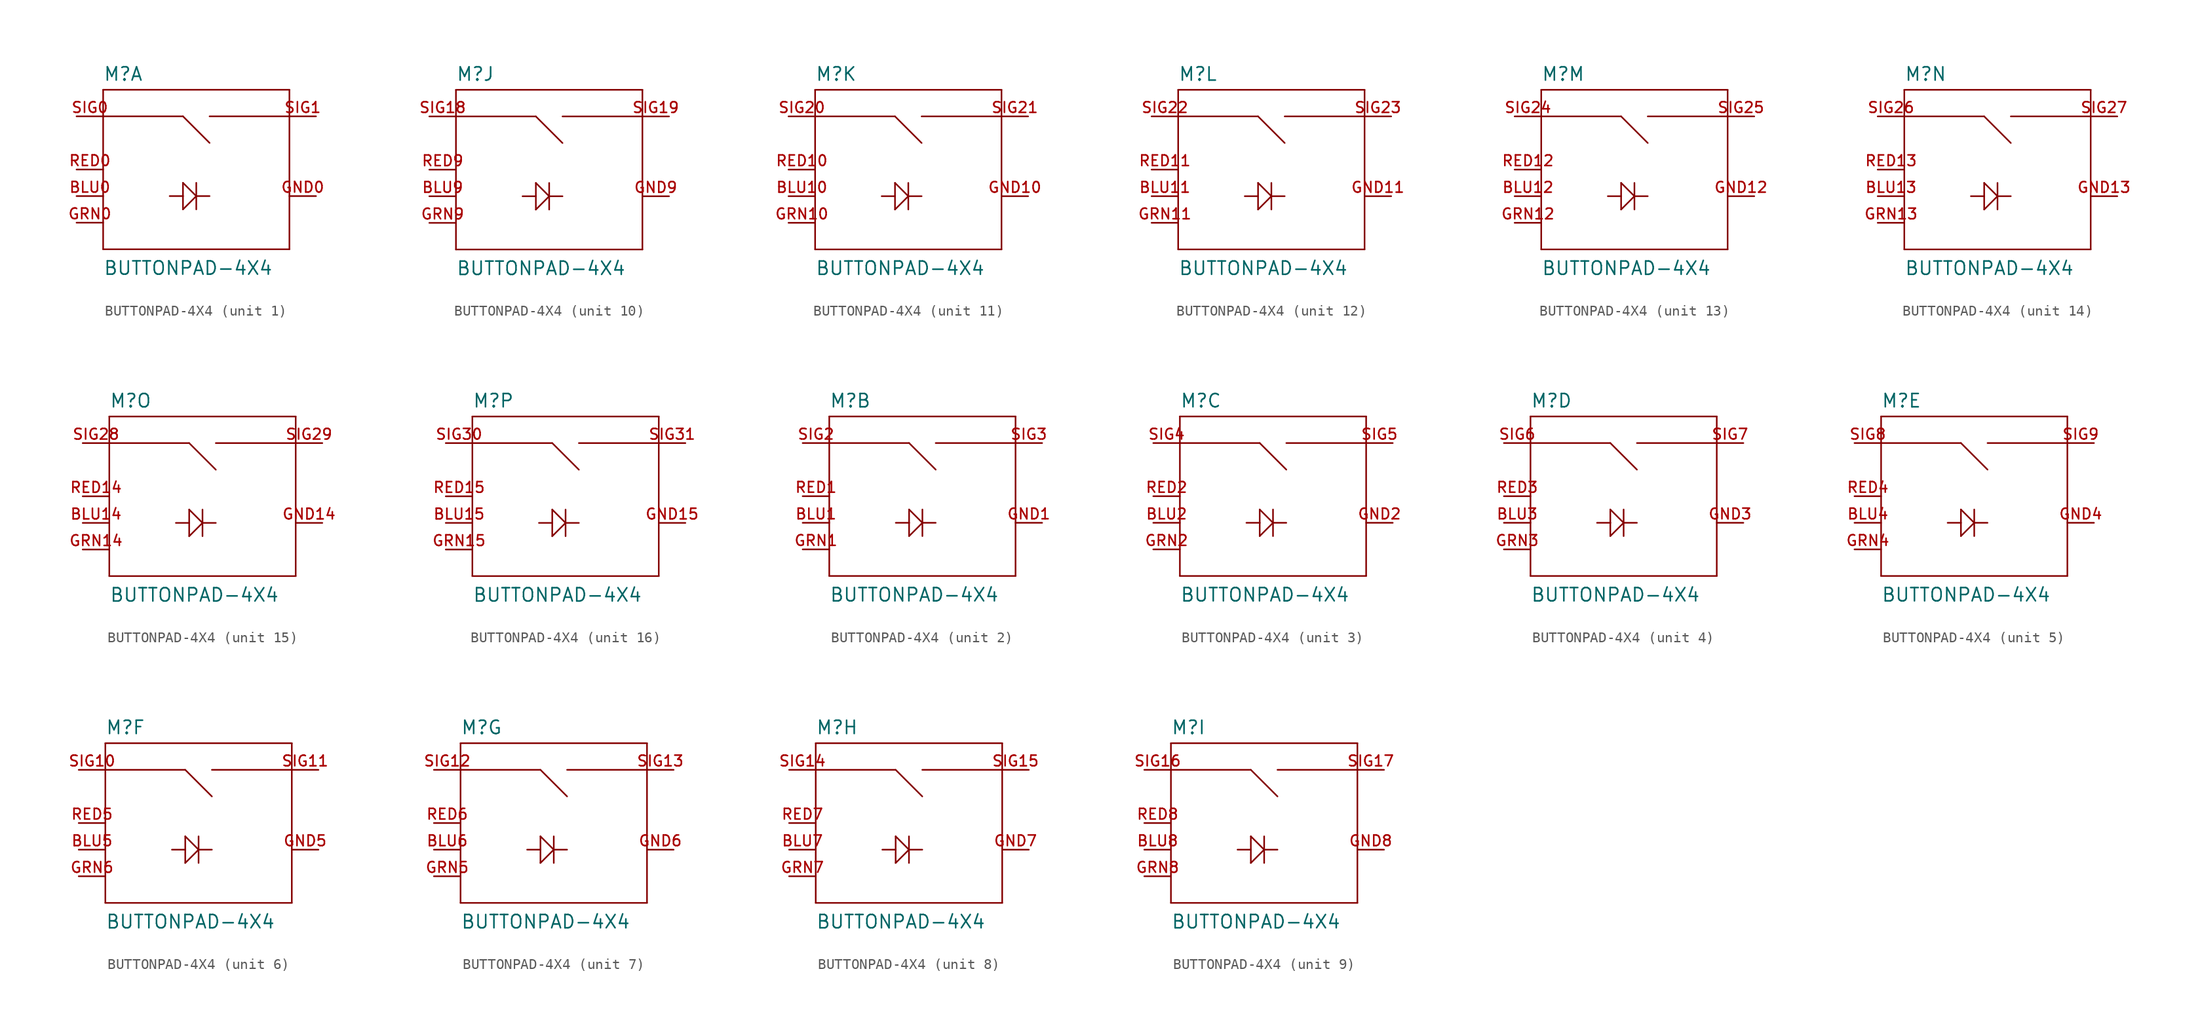
<source format=kicad_sym>
(kicad_symbol_lib
  (version 20220914)
  (generator kicad_symbol_editor)
  (symbol "BUTTONPAD-4X4"
    (pin_names
      (offset 1.016) hide)
    (property "Reference" "M"
      (at -7.62 8.382 0)
      (effects (font (size 1.27 1.27)) (justify left bottom)))
    (property "Value" "BUTTONPAD-4X4"
      (at -7.62 -10.16 0)
      (effects (font (size 1.27 1.27)) (justify left bottom)))
    (property "ki_locked" ""
      (at 0 0 0)
      (effects (font (size 1.27 1.27))))
    (symbol "BUTTONPAD-4X4_1_0"
      (polyline (pts (xy -7.62 -7.62) (xy -7.62 5.08)) (stroke (width 0) (type solid)) (fill (type none)))
      (polyline (pts (xy -7.62 5.08) (xy -7.62 7.62)) (stroke (width 0) (type solid)) (fill (type none)))
      (polyline (pts (xy -7.62 5.08) (xy 0 5.08)) (stroke (width 0) (type solid)) (fill (type none)))
      (polyline (pts (xy -7.62 7.62) (xy 10.16 7.62)) (stroke (width 0) (type solid)) (fill (type none)))
      (polyline (pts (xy 0 -3.81) (xy 1.27 -2.54)) (stroke (width 0) (type solid)) (fill (type none)))
      (polyline (pts (xy 0 -2.54) (xy -1.27 -2.54)) (stroke (width 0) (type solid)) (fill (type none)))
      (polyline (pts (xy 0 -2.54) (xy 0 -3.81)) (stroke (width 0) (type solid)) (fill (type none)))
      (polyline (pts (xy 0 -1.27) (xy 0 -2.54)) (stroke (width 0) (type solid)) (fill (type none)))
      (polyline (pts (xy 0 5.08) (xy 2.54 2.54)) (stroke (width 0) (type solid)) (fill (type none)))
      (polyline (pts (xy 1.27 -2.54) (xy 0 -1.27)) (stroke (width 0) (type solid)) (fill (type none)))
      (polyline (pts (xy 1.27 -2.54) (xy 1.27 -3.81)) (stroke (width 0) (type solid)) (fill (type none)))
      (polyline (pts (xy 1.27 -2.54) (xy 2.54 -2.54)) (stroke (width 0) (type solid)) (fill (type none)))
      (polyline (pts (xy 1.27 -1.27) (xy 1.27 -2.54)) (stroke (width 0) (type solid)) (fill (type none)))
      (polyline (pts (xy 2.54 5.08) (xy 10.16 5.08)) (stroke (width 0) (type solid)) (fill (type none)))
      (polyline (pts (xy 10.16 -7.62) (xy -7.62 -7.62)) (stroke (width 0) (type solid)) (fill (type none)))
      (polyline (pts (xy 10.16 5.08) (xy 10.16 -7.62)) (stroke (width 0) (type solid)) (fill (type none)))
      (polyline (pts (xy 10.16 7.62) (xy 10.16 5.08)) (stroke (width 0) (type solid)) (fill (type none))))
    (symbol "BUTTONPAD-4X4_1_1"
      (pin bidirectional line (at -10.16 -2.54 0) (length 2.54) (name "BLU" (effects (font (size 1.016 1.016)))) (number "BLU0" (effects (font (size 1.016 1.016)))))
      (pin bidirectional line (at 12.7 -2.54 180) (length 2.54) (name "GND" (effects (font (size 1.016 1.016)))) (number "GND0" (effects (font (size 1.016 1.016)))))
      (pin bidirectional line (at -10.16 -5.08 0) (length 2.54) (name "GRN" (effects (font (size 1.016 1.016)))) (number "GRN0" (effects (font (size 1.016 1.016)))))
      (pin bidirectional line (at -10.16 0 0) (length 2.54) (name "RED" (effects (font (size 1.016 1.016)))) (number "RED0" (effects (font (size 1.016 1.016)))))
      (pin bidirectional line (at -10.16 5.08 0) (length 2.54) (name "SIG1" (effects (font (size 1.016 1.016)))) (number "SIG0" (effects (font (size 1.016 1.016)))))
      (pin bidirectional line (at 12.7 5.08 180) (length 2.54) (name "SIG2" (effects (font (size 1.016 1.016)))) (number "SIG1" (effects (font (size 1.016 1.016))))))
    (symbol "BUTTONPAD-4X4_2_0"
      (polyline (pts (xy -7.62 -7.62) (xy -7.62 5.08)) (stroke (width 0) (type solid)) (fill (type none)))
      (polyline (pts (xy -7.62 5.08) (xy -7.62 7.62)) (stroke (width 0) (type solid)) (fill (type none)))
      (polyline (pts (xy -7.62 5.08) (xy 0 5.08)) (stroke (width 0) (type solid)) (fill (type none)))
      (polyline (pts (xy -7.62 7.62) (xy 10.16 7.62)) (stroke (width 0) (type solid)) (fill (type none)))
      (polyline (pts (xy 0 -3.81) (xy 1.27 -2.54)) (stroke (width 0) (type solid)) (fill (type none)))
      (polyline (pts (xy 0 -2.54) (xy -1.27 -2.54)) (stroke (width 0) (type solid)) (fill (type none)))
      (polyline (pts (xy 0 -2.54) (xy 0 -3.81)) (stroke (width 0) (type solid)) (fill (type none)))
      (polyline (pts (xy 0 -1.27) (xy 0 -2.54)) (stroke (width 0) (type solid)) (fill (type none)))
      (polyline (pts (xy 0 5.08) (xy 2.54 2.54)) (stroke (width 0) (type solid)) (fill (type none)))
      (polyline (pts (xy 1.27 -2.54) (xy 0 -1.27)) (stroke (width 0) (type solid)) (fill (type none)))
      (polyline (pts (xy 1.27 -2.54) (xy 1.27 -3.81)) (stroke (width 0) (type solid)) (fill (type none)))
      (polyline (pts (xy 1.27 -2.54) (xy 2.54 -2.54)) (stroke (width 0) (type solid)) (fill (type none)))
      (polyline (pts (xy 1.27 -1.27) (xy 1.27 -2.54)) (stroke (width 0) (type solid)) (fill (type none)))
      (polyline (pts (xy 2.54 5.08) (xy 10.16 5.08)) (stroke (width 0) (type solid)) (fill (type none)))
      (polyline (pts (xy 10.16 -7.62) (xy -7.62 -7.62)) (stroke (width 0) (type solid)) (fill (type none)))
      (polyline (pts (xy 10.16 5.08) (xy 10.16 -7.62)) (stroke (width 0) (type solid)) (fill (type none)))
      (polyline (pts (xy 10.16 7.62) (xy 10.16 5.08)) (stroke (width 0) (type solid)) (fill (type none))))
    (symbol "BUTTONPAD-4X4_2_1"
      (pin bidirectional line (at -10.16 -2.54 0) (length 2.54) (name "BLU" (effects (font (size 1.016 1.016)))) (number "BLU1" (effects (font (size 1.016 1.016)))))
      (pin bidirectional line (at 12.7 -2.54 180) (length 2.54) (name "GND" (effects (font (size 1.016 1.016)))) (number "GND1" (effects (font (size 1.016 1.016)))))
      (pin bidirectional line (at -10.16 -5.08 0) (length 2.54) (name "GRN" (effects (font (size 1.016 1.016)))) (number "GRN1" (effects (font (size 1.016 1.016)))))
      (pin bidirectional line (at -10.16 0 0) (length 2.54) (name "RED" (effects (font (size 1.016 1.016)))) (number "RED1" (effects (font (size 1.016 1.016)))))
      (pin bidirectional line (at -10.16 5.08 0) (length 2.54) (name "SIG1" (effects (font (size 1.016 1.016)))) (number "SIG2" (effects (font (size 1.016 1.016)))))
      (pin bidirectional line (at 12.7 5.08 180) (length 2.54) (name "SIG2" (effects (font (size 1.016 1.016)))) (number "SIG3" (effects (font (size 1.016 1.016))))))
    (symbol "BUTTONPAD-4X4_3_0"
      (polyline (pts (xy -7.62 -7.62) (xy -7.62 5.08)) (stroke (width 0) (type solid)) (fill (type none)))
      (polyline (pts (xy -7.62 5.08) (xy -7.62 7.62)) (stroke (width 0) (type solid)) (fill (type none)))
      (polyline (pts (xy -7.62 5.08) (xy 0 5.08)) (stroke (width 0) (type solid)) (fill (type none)))
      (polyline (pts (xy -7.62 7.62) (xy 10.16 7.62)) (stroke (width 0) (type solid)) (fill (type none)))
      (polyline (pts (xy 0 -3.81) (xy 1.27 -2.54)) (stroke (width 0) (type solid)) (fill (type none)))
      (polyline (pts (xy 0 -2.54) (xy -1.27 -2.54)) (stroke (width 0) (type solid)) (fill (type none)))
      (polyline (pts (xy 0 -2.54) (xy 0 -3.81)) (stroke (width 0) (type solid)) (fill (type none)))
      (polyline (pts (xy 0 -1.27) (xy 0 -2.54)) (stroke (width 0) (type solid)) (fill (type none)))
      (polyline (pts (xy 0 5.08) (xy 2.54 2.54)) (stroke (width 0) (type solid)) (fill (type none)))
      (polyline (pts (xy 1.27 -2.54) (xy 0 -1.27)) (stroke (width 0) (type solid)) (fill (type none)))
      (polyline (pts (xy 1.27 -2.54) (xy 1.27 -3.81)) (stroke (width 0) (type solid)) (fill (type none)))
      (polyline (pts (xy 1.27 -2.54) (xy 2.54 -2.54)) (stroke (width 0) (type solid)) (fill (type none)))
      (polyline (pts (xy 1.27 -1.27) (xy 1.27 -2.54)) (stroke (width 0) (type solid)) (fill (type none)))
      (polyline (pts (xy 2.54 5.08) (xy 10.16 5.08)) (stroke (width 0) (type solid)) (fill (type none)))
      (polyline (pts (xy 10.16 -7.62) (xy -7.62 -7.62)) (stroke (width 0) (type solid)) (fill (type none)))
      (polyline (pts (xy 10.16 5.08) (xy 10.16 -7.62)) (stroke (width 0) (type solid)) (fill (type none)))
      (polyline (pts (xy 10.16 7.62) (xy 10.16 5.08)) (stroke (width 0) (type solid)) (fill (type none))))
    (symbol "BUTTONPAD-4X4_3_1"
      (pin bidirectional line (at -10.16 -2.54 0) (length 2.54) (name "BLU" (effects (font (size 1.016 1.016)))) (number "BLU2" (effects (font (size 1.016 1.016)))))
      (pin bidirectional line (at 12.7 -2.54 180) (length 2.54) (name "GND" (effects (font (size 1.016 1.016)))) (number "GND2" (effects (font (size 1.016 1.016)))))
      (pin bidirectional line (at -10.16 -5.08 0) (length 2.54) (name "GRN" (effects (font (size 1.016 1.016)))) (number "GRN2" (effects (font (size 1.016 1.016)))))
      (pin bidirectional line (at -10.16 0 0) (length 2.54) (name "RED" (effects (font (size 1.016 1.016)))) (number "RED2" (effects (font (size 1.016 1.016)))))
      (pin bidirectional line (at -10.16 5.08 0) (length 2.54) (name "SIG1" (effects (font (size 1.016 1.016)))) (number "SIG4" (effects (font (size 1.016 1.016)))))
      (pin bidirectional line (at 12.7 5.08 180) (length 2.54) (name "SIG2" (effects (font (size 1.016 1.016)))) (number "SIG5" (effects (font (size 1.016 1.016))))))
    (symbol "BUTTONPAD-4X4_4_0"
      (polyline (pts (xy -7.62 -7.62) (xy -7.62 5.08)) (stroke (width 0) (type solid)) (fill (type none)))
      (polyline (pts (xy -7.62 5.08) (xy -7.62 7.62)) (stroke (width 0) (type solid)) (fill (type none)))
      (polyline (pts (xy -7.62 5.08) (xy 0 5.08)) (stroke (width 0) (type solid)) (fill (type none)))
      (polyline (pts (xy -7.62 7.62) (xy 10.16 7.62)) (stroke (width 0) (type solid)) (fill (type none)))
      (polyline (pts (xy 0 -3.81) (xy 1.27 -2.54)) (stroke (width 0) (type solid)) (fill (type none)))
      (polyline (pts (xy 0 -2.54) (xy -1.27 -2.54)) (stroke (width 0) (type solid)) (fill (type none)))
      (polyline (pts (xy 0 -2.54) (xy 0 -3.81)) (stroke (width 0) (type solid)) (fill (type none)))
      (polyline (pts (xy 0 -1.27) (xy 0 -2.54)) (stroke (width 0) (type solid)) (fill (type none)))
      (polyline (pts (xy 0 5.08) (xy 2.54 2.54)) (stroke (width 0) (type solid)) (fill (type none)))
      (polyline (pts (xy 1.27 -2.54) (xy 0 -1.27)) (stroke (width 0) (type solid)) (fill (type none)))
      (polyline (pts (xy 1.27 -2.54) (xy 1.27 -3.81)) (stroke (width 0) (type solid)) (fill (type none)))
      (polyline (pts (xy 1.27 -2.54) (xy 2.54 -2.54)) (stroke (width 0) (type solid)) (fill (type none)))
      (polyline (pts (xy 1.27 -1.27) (xy 1.27 -2.54)) (stroke (width 0) (type solid)) (fill (type none)))
      (polyline (pts (xy 2.54 5.08) (xy 10.16 5.08)) (stroke (width 0) (type solid)) (fill (type none)))
      (polyline (pts (xy 10.16 -7.62) (xy -7.62 -7.62)) (stroke (width 0) (type solid)) (fill (type none)))
      (polyline (pts (xy 10.16 5.08) (xy 10.16 -7.62)) (stroke (width 0) (type solid)) (fill (type none)))
      (polyline (pts (xy 10.16 7.62) (xy 10.16 5.08)) (stroke (width 0) (type solid)) (fill (type none))))
    (symbol "BUTTONPAD-4X4_4_1"
      (pin bidirectional line (at -10.16 -2.54 0) (length 2.54) (name "BLU" (effects (font (size 1.016 1.016)))) (number "BLU3" (effects (font (size 1.016 1.016)))))
      (pin bidirectional line (at 12.7 -2.54 180) (length 2.54) (name "GND" (effects (font (size 1.016 1.016)))) (number "GND3" (effects (font (size 1.016 1.016)))))
      (pin bidirectional line (at -10.16 -5.08 0) (length 2.54) (name "GRN" (effects (font (size 1.016 1.016)))) (number "GRN3" (effects (font (size 1.016 1.016)))))
      (pin bidirectional line (at -10.16 0 0) (length 2.54) (name "RED" (effects (font (size 1.016 1.016)))) (number "RED3" (effects (font (size 1.016 1.016)))))
      (pin bidirectional line (at -10.16 5.08 0) (length 2.54) (name "SIG1" (effects (font (size 1.016 1.016)))) (number "SIG6" (effects (font (size 1.016 1.016)))))
      (pin bidirectional line (at 12.7 5.08 180) (length 2.54) (name "SIG2" (effects (font (size 1.016 1.016)))) (number "SIG7" (effects (font (size 1.016 1.016))))))
    (symbol "BUTTONPAD-4X4_5_0"
      (polyline (pts (xy -7.62 -7.62) (xy -7.62 5.08)) (stroke (width 0) (type solid)) (fill (type none)))
      (polyline (pts (xy -7.62 5.08) (xy -7.62 7.62)) (stroke (width 0) (type solid)) (fill (type none)))
      (polyline (pts (xy -7.62 5.08) (xy 0 5.08)) (stroke (width 0) (type solid)) (fill (type none)))
      (polyline (pts (xy -7.62 7.62) (xy 10.16 7.62)) (stroke (width 0) (type solid)) (fill (type none)))
      (polyline (pts (xy 0 -3.81) (xy 1.27 -2.54)) (stroke (width 0) (type solid)) (fill (type none)))
      (polyline (pts (xy 0 -2.54) (xy -1.27 -2.54)) (stroke (width 0) (type solid)) (fill (type none)))
      (polyline (pts (xy 0 -2.54) (xy 0 -3.81)) (stroke (width 0) (type solid)) (fill (type none)))
      (polyline (pts (xy 0 -1.27) (xy 0 -2.54)) (stroke (width 0) (type solid)) (fill (type none)))
      (polyline (pts (xy 0 5.08) (xy 2.54 2.54)) (stroke (width 0) (type solid)) (fill (type none)))
      (polyline (pts (xy 1.27 -2.54) (xy 0 -1.27)) (stroke (width 0) (type solid)) (fill (type none)))
      (polyline (pts (xy 1.27 -2.54) (xy 1.27 -3.81)) (stroke (width 0) (type solid)) (fill (type none)))
      (polyline (pts (xy 1.27 -2.54) (xy 2.54 -2.54)) (stroke (width 0) (type solid)) (fill (type none)))
      (polyline (pts (xy 1.27 -1.27) (xy 1.27 -2.54)) (stroke (width 0) (type solid)) (fill (type none)))
      (polyline (pts (xy 2.54 5.08) (xy 10.16 5.08)) (stroke (width 0) (type solid)) (fill (type none)))
      (polyline (pts (xy 10.16 -7.62) (xy -7.62 -7.62)) (stroke (width 0) (type solid)) (fill (type none)))
      (polyline (pts (xy 10.16 5.08) (xy 10.16 -7.62)) (stroke (width 0) (type solid)) (fill (type none)))
      (polyline (pts (xy 10.16 7.62) (xy 10.16 5.08)) (stroke (width 0) (type solid)) (fill (type none))))
    (symbol "BUTTONPAD-4X4_5_1"
      (pin bidirectional line (at -10.16 -2.54 0) (length 2.54) (name "BLU" (effects (font (size 1.016 1.016)))) (number "BLU4" (effects (font (size 1.016 1.016)))))
      (pin bidirectional line (at 12.7 -2.54 180) (length 2.54) (name "GND" (effects (font (size 1.016 1.016)))) (number "GND4" (effects (font (size 1.016 1.016)))))
      (pin bidirectional line (at -10.16 -5.08 0) (length 2.54) (name "GRN" (effects (font (size 1.016 1.016)))) (number "GRN4" (effects (font (size 1.016 1.016)))))
      (pin bidirectional line (at -10.16 0 0) (length 2.54) (name "RED" (effects (font (size 1.016 1.016)))) (number "RED4" (effects (font (size 1.016 1.016)))))
      (pin bidirectional line (at -10.16 5.08 0) (length 2.54) (name "SIG1" (effects (font (size 1.016 1.016)))) (number "SIG8" (effects (font (size 1.016 1.016)))))
      (pin bidirectional line (at 12.7 5.08 180) (length 2.54) (name "SIG2" (effects (font (size 1.016 1.016)))) (number "SIG9" (effects (font (size 1.016 1.016))))))
    (symbol "BUTTONPAD-4X4_6_0"
      (polyline (pts (xy -7.62 -7.62) (xy -7.62 5.08)) (stroke (width 0) (type solid)) (fill (type none)))
      (polyline (pts (xy -7.62 5.08) (xy -7.62 7.62)) (stroke (width 0) (type solid)) (fill (type none)))
      (polyline (pts (xy -7.62 5.08) (xy 0 5.08)) (stroke (width 0) (type solid)) (fill (type none)))
      (polyline (pts (xy -7.62 7.62) (xy 10.16 7.62)) (stroke (width 0) (type solid)) (fill (type none)))
      (polyline (pts (xy 0 -3.81) (xy 1.27 -2.54)) (stroke (width 0) (type solid)) (fill (type none)))
      (polyline (pts (xy 0 -2.54) (xy -1.27 -2.54)) (stroke (width 0) (type solid)) (fill (type none)))
      (polyline (pts (xy 0 -2.54) (xy 0 -3.81)) (stroke (width 0) (type solid)) (fill (type none)))
      (polyline (pts (xy 0 -1.27) (xy 0 -2.54)) (stroke (width 0) (type solid)) (fill (type none)))
      (polyline (pts (xy 0 5.08) (xy 2.54 2.54)) (stroke (width 0) (type solid)) (fill (type none)))
      (polyline (pts (xy 1.27 -2.54) (xy 0 -1.27)) (stroke (width 0) (type solid)) (fill (type none)))
      (polyline (pts (xy 1.27 -2.54) (xy 1.27 -3.81)) (stroke (width 0) (type solid)) (fill (type none)))
      (polyline (pts (xy 1.27 -2.54) (xy 2.54 -2.54)) (stroke (width 0) (type solid)) (fill (type none)))
      (polyline (pts (xy 1.27 -1.27) (xy 1.27 -2.54)) (stroke (width 0) (type solid)) (fill (type none)))
      (polyline (pts (xy 2.54 5.08) (xy 10.16 5.08)) (stroke (width 0) (type solid)) (fill (type none)))
      (polyline (pts (xy 10.16 -7.62) (xy -7.62 -7.62)) (stroke (width 0) (type solid)) (fill (type none)))
      (polyline (pts (xy 10.16 5.08) (xy 10.16 -7.62)) (stroke (width 0) (type solid)) (fill (type none)))
      (polyline (pts (xy 10.16 7.62) (xy 10.16 5.08)) (stroke (width 0) (type solid)) (fill (type none))))
    (symbol "BUTTONPAD-4X4_6_1"
      (pin bidirectional line (at -10.16 -2.54 0) (length 2.54) (name "BLU" (effects (font (size 1.016 1.016)))) (number "BLU5" (effects (font (size 1.016 1.016)))))
      (pin bidirectional line (at 12.7 -2.54 180) (length 2.54) (name "GND" (effects (font (size 1.016 1.016)))) (number "GND5" (effects (font (size 1.016 1.016)))))
      (pin bidirectional line (at -10.16 -5.08 0) (length 2.54) (name "GRN" (effects (font (size 1.016 1.016)))) (number "GRN6" (effects (font (size 1.016 1.016)))))
      (pin bidirectional line (at -10.16 0 0) (length 2.54) (name "RED" (effects (font (size 1.016 1.016)))) (number "RED5" (effects (font (size 1.016 1.016)))))
      (pin bidirectional line (at -10.16 5.08 0) (length 2.54) (name "SIG1" (effects (font (size 1.016 1.016)))) (number "SIG10" (effects (font (size 1.016 1.016)))))
      (pin bidirectional line (at 12.7 5.08 180) (length 2.54) (name "SIG2" (effects (font (size 1.016 1.016)))) (number "SIG11" (effects (font (size 1.016 1.016))))))
    (symbol "BUTTONPAD-4X4_7_0"
      (polyline (pts (xy -7.62 -7.62) (xy -7.62 5.08)) (stroke (width 0) (type solid)) (fill (type none)))
      (polyline (pts (xy -7.62 5.08) (xy -7.62 7.62)) (stroke (width 0) (type solid)) (fill (type none)))
      (polyline (pts (xy -7.62 5.08) (xy 0 5.08)) (stroke (width 0) (type solid)) (fill (type none)))
      (polyline (pts (xy -7.62 7.62) (xy 10.16 7.62)) (stroke (width 0) (type solid)) (fill (type none)))
      (polyline (pts (xy 0 -3.81) (xy 1.27 -2.54)) (stroke (width 0) (type solid)) (fill (type none)))
      (polyline (pts (xy 0 -2.54) (xy -1.27 -2.54)) (stroke (width 0) (type solid)) (fill (type none)))
      (polyline (pts (xy 0 -2.54) (xy 0 -3.81)) (stroke (width 0) (type solid)) (fill (type none)))
      (polyline (pts (xy 0 -1.27) (xy 0 -2.54)) (stroke (width 0) (type solid)) (fill (type none)))
      (polyline (pts (xy 0 5.08) (xy 2.54 2.54)) (stroke (width 0) (type solid)) (fill (type none)))
      (polyline (pts (xy 1.27 -2.54) (xy 0 -1.27)) (stroke (width 0) (type solid)) (fill (type none)))
      (polyline (pts (xy 1.27 -2.54) (xy 1.27 -3.81)) (stroke (width 0) (type solid)) (fill (type none)))
      (polyline (pts (xy 1.27 -2.54) (xy 2.54 -2.54)) (stroke (width 0) (type solid)) (fill (type none)))
      (polyline (pts (xy 1.27 -1.27) (xy 1.27 -2.54)) (stroke (width 0) (type solid)) (fill (type none)))
      (polyline (pts (xy 2.54 5.08) (xy 10.16 5.08)) (stroke (width 0) (type solid)) (fill (type none)))
      (polyline (pts (xy 10.16 -7.62) (xy -7.62 -7.62)) (stroke (width 0) (type solid)) (fill (type none)))
      (polyline (pts (xy 10.16 5.08) (xy 10.16 -7.62)) (stroke (width 0) (type solid)) (fill (type none)))
      (polyline (pts (xy 10.16 7.62) (xy 10.16 5.08)) (stroke (width 0) (type solid)) (fill (type none))))
    (symbol "BUTTONPAD-4X4_7_1"
      (pin bidirectional line (at -10.16 -2.54 0) (length 2.54) (name "BLU" (effects (font (size 1.016 1.016)))) (number "BLU6" (effects (font (size 1.016 1.016)))))
      (pin bidirectional line (at 12.7 -2.54 180) (length 2.54) (name "GND" (effects (font (size 1.016 1.016)))) (number "GND6" (effects (font (size 1.016 1.016)))))
      (pin bidirectional line (at -10.16 -5.08 0) (length 2.54) (name "GRN" (effects (font (size 1.016 1.016)))) (number "GRN5" (effects (font (size 1.016 1.016)))))
      (pin bidirectional line (at -10.16 0 0) (length 2.54) (name "RED" (effects (font (size 1.016 1.016)))) (number "RED6" (effects (font (size 1.016 1.016)))))
      (pin bidirectional line (at -10.16 5.08 0) (length 2.54) (name "SIG1" (effects (font (size 1.016 1.016)))) (number "SIG12" (effects (font (size 1.016 1.016)))))
      (pin bidirectional line (at 12.7 5.08 180) (length 2.54) (name "SIG2" (effects (font (size 1.016 1.016)))) (number "SIG13" (effects (font (size 1.016 1.016))))))
    (symbol "BUTTONPAD-4X4_8_0"
      (polyline (pts (xy -7.62 -7.62) (xy -7.62 5.08)) (stroke (width 0) (type solid)) (fill (type none)))
      (polyline (pts (xy -7.62 5.08) (xy -7.62 7.62)) (stroke (width 0) (type solid)) (fill (type none)))
      (polyline (pts (xy -7.62 5.08) (xy 0 5.08)) (stroke (width 0) (type solid)) (fill (type none)))
      (polyline (pts (xy -7.62 7.62) (xy 10.16 7.62)) (stroke (width 0) (type solid)) (fill (type none)))
      (polyline (pts (xy 0 -3.81) (xy 1.27 -2.54)) (stroke (width 0) (type solid)) (fill (type none)))
      (polyline (pts (xy 0 -2.54) (xy -1.27 -2.54)) (stroke (width 0) (type solid)) (fill (type none)))
      (polyline (pts (xy 0 -2.54) (xy 0 -3.81)) (stroke (width 0) (type solid)) (fill (type none)))
      (polyline (pts (xy 0 -1.27) (xy 0 -2.54)) (stroke (width 0) (type solid)) (fill (type none)))
      (polyline (pts (xy 0 5.08) (xy 2.54 2.54)) (stroke (width 0) (type solid)) (fill (type none)))
      (polyline (pts (xy 1.27 -2.54) (xy 0 -1.27)) (stroke (width 0) (type solid)) (fill (type none)))
      (polyline (pts (xy 1.27 -2.54) (xy 1.27 -3.81)) (stroke (width 0) (type solid)) (fill (type none)))
      (polyline (pts (xy 1.27 -2.54) (xy 2.54 -2.54)) (stroke (width 0) (type solid)) (fill (type none)))
      (polyline (pts (xy 1.27 -1.27) (xy 1.27 -2.54)) (stroke (width 0) (type solid)) (fill (type none)))
      (polyline (pts (xy 2.54 5.08) (xy 10.16 5.08)) (stroke (width 0) (type solid)) (fill (type none)))
      (polyline (pts (xy 10.16 -7.62) (xy -7.62 -7.62)) (stroke (width 0) (type solid)) (fill (type none)))
      (polyline (pts (xy 10.16 5.08) (xy 10.16 -7.62)) (stroke (width 0) (type solid)) (fill (type none)))
      (polyline (pts (xy 10.16 7.62) (xy 10.16 5.08)) (stroke (width 0) (type solid)) (fill (type none))))
    (symbol "BUTTONPAD-4X4_8_1"
      (pin bidirectional line (at -10.16 -2.54 0) (length 2.54) (name "BLU" (effects (font (size 1.016 1.016)))) (number "BLU7" (effects (font (size 1.016 1.016)))))
      (pin bidirectional line (at 12.7 -2.54 180) (length 2.54) (name "GND" (effects (font (size 1.016 1.016)))) (number "GND7" (effects (font (size 1.016 1.016)))))
      (pin bidirectional line (at -10.16 -5.08 0) (length 2.54) (name "GRN" (effects (font (size 1.016 1.016)))) (number "GRN7" (effects (font (size 1.016 1.016)))))
      (pin bidirectional line (at -10.16 0 0) (length 2.54) (name "RED" (effects (font (size 1.016 1.016)))) (number "RED7" (effects (font (size 1.016 1.016)))))
      (pin bidirectional line (at -10.16 5.08 0) (length 2.54) (name "SIG1" (effects (font (size 1.016 1.016)))) (number "SIG14" (effects (font (size 1.016 1.016)))))
      (pin bidirectional line (at 12.7 5.08 180) (length 2.54) (name "SIG2" (effects (font (size 1.016 1.016)))) (number "SIG15" (effects (font (size 1.016 1.016))))))
    (symbol "BUTTONPAD-4X4_9_0"
      (polyline (pts (xy -7.62 -7.62) (xy -7.62 5.08)) (stroke (width 0) (type solid)) (fill (type none)))
      (polyline (pts (xy -7.62 5.08) (xy -7.62 7.62)) (stroke (width 0) (type solid)) (fill (type none)))
      (polyline (pts (xy -7.62 5.08) (xy 0 5.08)) (stroke (width 0) (type solid)) (fill (type none)))
      (polyline (pts (xy -7.62 7.62) (xy 10.16 7.62)) (stroke (width 0) (type solid)) (fill (type none)))
      (polyline (pts (xy 0 -3.81) (xy 1.27 -2.54)) (stroke (width 0) (type solid)) (fill (type none)))
      (polyline (pts (xy 0 -2.54) (xy -1.27 -2.54)) (stroke (width 0) (type solid)) (fill (type none)))
      (polyline (pts (xy 0 -2.54) (xy 0 -3.81)) (stroke (width 0) (type solid)) (fill (type none)))
      (polyline (pts (xy 0 -1.27) (xy 0 -2.54)) (stroke (width 0) (type solid)) (fill (type none)))
      (polyline (pts (xy 0 5.08) (xy 2.54 2.54)) (stroke (width 0) (type solid)) (fill (type none)))
      (polyline (pts (xy 1.27 -2.54) (xy 0 -1.27)) (stroke (width 0) (type solid)) (fill (type none)))
      (polyline (pts (xy 1.27 -2.54) (xy 1.27 -3.81)) (stroke (width 0) (type solid)) (fill (type none)))
      (polyline (pts (xy 1.27 -2.54) (xy 2.54 -2.54)) (stroke (width 0) (type solid)) (fill (type none)))
      (polyline (pts (xy 1.27 -1.27) (xy 1.27 -2.54)) (stroke (width 0) (type solid)) (fill (type none)))
      (polyline (pts (xy 2.54 5.08) (xy 10.16 5.08)) (stroke (width 0) (type solid)) (fill (type none)))
      (polyline (pts (xy 10.16 -7.62) (xy -7.62 -7.62)) (stroke (width 0) (type solid)) (fill (type none)))
      (polyline (pts (xy 10.16 5.08) (xy 10.16 -7.62)) (stroke (width 0) (type solid)) (fill (type none)))
      (polyline (pts (xy 10.16 7.62) (xy 10.16 5.08)) (stroke (width 0) (type solid)) (fill (type none))))
    (symbol "BUTTONPAD-4X4_9_1"
      (pin bidirectional line (at -10.16 -2.54 0) (length 2.54) (name "BLU" (effects (font (size 1.016 1.016)))) (number "BLU8" (effects (font (size 1.016 1.016)))))
      (pin bidirectional line (at 12.7 -2.54 180) (length 2.54) (name "GND" (effects (font (size 1.016 1.016)))) (number "GND8" (effects (font (size 1.016 1.016)))))
      (pin bidirectional line (at -10.16 -5.08 0) (length 2.54) (name "GRN" (effects (font (size 1.016 1.016)))) (number "GRN8" (effects (font (size 1.016 1.016)))))
      (pin bidirectional line (at -10.16 0 0) (length 2.54) (name "RED" (effects (font (size 1.016 1.016)))) (number "RED8" (effects (font (size 1.016 1.016)))))
      (pin bidirectional line (at -10.16 5.08 0) (length 2.54) (name "SIG1" (effects (font (size 1.016 1.016)))) (number "SIG16" (effects (font (size 1.016 1.016)))))
      (pin bidirectional line (at 12.7 5.08 180) (length 2.54) (name "SIG2" (effects (font (size 1.016 1.016)))) (number "SIG17" (effects (font (size 1.016 1.016))))))
    (symbol "BUTTONPAD-4X4_10_0"
      (polyline (pts (xy -7.62 -7.62) (xy -7.62 5.08)) (stroke (width 0) (type solid)) (fill (type none)))
      (polyline (pts (xy -7.62 5.08) (xy -7.62 7.62)) (stroke (width 0) (type solid)) (fill (type none)))
      (polyline (pts (xy -7.62 5.08) (xy 0 5.08)) (stroke (width 0) (type solid)) (fill (type none)))
      (polyline (pts (xy -7.62 7.62) (xy 10.16 7.62)) (stroke (width 0) (type solid)) (fill (type none)))
      (polyline (pts (xy 0 -3.81) (xy 1.27 -2.54)) (stroke (width 0) (type solid)) (fill (type none)))
      (polyline (pts (xy 0 -2.54) (xy -1.27 -2.54)) (stroke (width 0) (type solid)) (fill (type none)))
      (polyline (pts (xy 0 -2.54) (xy 0 -3.81)) (stroke (width 0) (type solid)) (fill (type none)))
      (polyline (pts (xy 0 -1.27) (xy 0 -2.54)) (stroke (width 0) (type solid)) (fill (type none)))
      (polyline (pts (xy 0 5.08) (xy 2.54 2.54)) (stroke (width 0) (type solid)) (fill (type none)))
      (polyline (pts (xy 1.27 -2.54) (xy 0 -1.27)) (stroke (width 0) (type solid)) (fill (type none)))
      (polyline (pts (xy 1.27 -2.54) (xy 1.27 -3.81)) (stroke (width 0) (type solid)) (fill (type none)))
      (polyline (pts (xy 1.27 -2.54) (xy 2.54 -2.54)) (stroke (width 0) (type solid)) (fill (type none)))
      (polyline (pts (xy 1.27 -1.27) (xy 1.27 -2.54)) (stroke (width 0) (type solid)) (fill (type none)))
      (polyline (pts (xy 2.54 5.08) (xy 10.16 5.08)) (stroke (width 0) (type solid)) (fill (type none)))
      (polyline (pts (xy 10.16 -7.62) (xy -7.62 -7.62)) (stroke (width 0) (type solid)) (fill (type none)))
      (polyline (pts (xy 10.16 5.08) (xy 10.16 -7.62)) (stroke (width 0) (type solid)) (fill (type none)))
      (polyline (pts (xy 10.16 7.62) (xy 10.16 5.08)) (stroke (width 0) (type solid)) (fill (type none))))
    (symbol "BUTTONPAD-4X4_10_1"
      (pin bidirectional line (at -10.16 -2.54 0) (length 2.54) (name "BLU" (effects (font (size 1.016 1.016)))) (number "BLU9" (effects (font (size 1.016 1.016)))))
      (pin bidirectional line (at 12.7 -2.54 180) (length 2.54) (name "GND" (effects (font (size 1.016 1.016)))) (number "GND9" (effects (font (size 1.016 1.016)))))
      (pin bidirectional line (at -10.16 -5.08 0) (length 2.54) (name "GRN" (effects (font (size 1.016 1.016)))) (number "GRN9" (effects (font (size 1.016 1.016)))))
      (pin bidirectional line (at -10.16 0 0) (length 2.54) (name "RED" (effects (font (size 1.016 1.016)))) (number "RED9" (effects (font (size 1.016 1.016)))))
      (pin bidirectional line (at -10.16 5.08 0) (length 2.54) (name "SIG1" (effects (font (size 1.016 1.016)))) (number "SIG18" (effects (font (size 1.016 1.016)))))
      (pin bidirectional line (at 12.7 5.08 180) (length 2.54) (name "SIG2" (effects (font (size 1.016 1.016)))) (number "SIG19" (effects (font (size 1.016 1.016))))))
    (symbol "BUTTONPAD-4X4_11_0"
      (polyline (pts (xy -7.62 -7.62) (xy -7.62 5.08)) (stroke (width 0) (type solid)) (fill (type none)))
      (polyline (pts (xy -7.62 5.08) (xy -7.62 7.62)) (stroke (width 0) (type solid)) (fill (type none)))
      (polyline (pts (xy -7.62 5.08) (xy 0 5.08)) (stroke (width 0) (type solid)) (fill (type none)))
      (polyline (pts (xy -7.62 7.62) (xy 10.16 7.62)) (stroke (width 0) (type solid)) (fill (type none)))
      (polyline (pts (xy 0 -3.81) (xy 1.27 -2.54)) (stroke (width 0) (type solid)) (fill (type none)))
      (polyline (pts (xy 0 -2.54) (xy -1.27 -2.54)) (stroke (width 0) (type solid)) (fill (type none)))
      (polyline (pts (xy 0 -2.54) (xy 0 -3.81)) (stroke (width 0) (type solid)) (fill (type none)))
      (polyline (pts (xy 0 -1.27) (xy 0 -2.54)) (stroke (width 0) (type solid)) (fill (type none)))
      (polyline (pts (xy 0 5.08) (xy 2.54 2.54)) (stroke (width 0) (type solid)) (fill (type none)))
      (polyline (pts (xy 1.27 -2.54) (xy 0 -1.27)) (stroke (width 0) (type solid)) (fill (type none)))
      (polyline (pts (xy 1.27 -2.54) (xy 1.27 -3.81)) (stroke (width 0) (type solid)) (fill (type none)))
      (polyline (pts (xy 1.27 -2.54) (xy 2.54 -2.54)) (stroke (width 0) (type solid)) (fill (type none)))
      (polyline (pts (xy 1.27 -1.27) (xy 1.27 -2.54)) (stroke (width 0) (type solid)) (fill (type none)))
      (polyline (pts (xy 2.54 5.08) (xy 10.16 5.08)) (stroke (width 0) (type solid)) (fill (type none)))
      (polyline (pts (xy 10.16 -7.62) (xy -7.62 -7.62)) (stroke (width 0) (type solid)) (fill (type none)))
      (polyline (pts (xy 10.16 5.08) (xy 10.16 -7.62)) (stroke (width 0) (type solid)) (fill (type none)))
      (polyline (pts (xy 10.16 7.62) (xy 10.16 5.08)) (stroke (width 0) (type solid)) (fill (type none))))
    (symbol "BUTTONPAD-4X4_11_1"
      (pin bidirectional line (at -10.16 -2.54 0) (length 2.54) (name "BLU" (effects (font (size 1.016 1.016)))) (number "BLU10" (effects (font (size 1.016 1.016)))))
      (pin bidirectional line (at 12.7 -2.54 180) (length 2.54) (name "GND" (effects (font (size 1.016 1.016)))) (number "GND10" (effects (font (size 1.016 1.016)))))
      (pin bidirectional line (at -10.16 -5.08 0) (length 2.54) (name "GRN" (effects (font (size 1.016 1.016)))) (number "GRN10" (effects (font (size 1.016 1.016)))))
      (pin bidirectional line (at -10.16 0 0) (length 2.54) (name "RED" (effects (font (size 1.016 1.016)))) (number "RED10" (effects (font (size 1.016 1.016)))))
      (pin bidirectional line (at -10.16 5.08 0) (length 2.54) (name "SIG1" (effects (font (size 1.016 1.016)))) (number "SIG20" (effects (font (size 1.016 1.016)))))
      (pin bidirectional line (at 12.7 5.08 180) (length 2.54) (name "SIG2" (effects (font (size 1.016 1.016)))) (number "SIG21" (effects (font (size 1.016 1.016))))))
    (symbol "BUTTONPAD-4X4_12_0"
      (polyline (pts (xy -7.62 -7.62) (xy -7.62 5.08)) (stroke (width 0) (type solid)) (fill (type none)))
      (polyline (pts (xy -7.62 5.08) (xy -7.62 7.62)) (stroke (width 0) (type solid)) (fill (type none)))
      (polyline (pts (xy -7.62 5.08) (xy 0 5.08)) (stroke (width 0) (type solid)) (fill (type none)))
      (polyline (pts (xy -7.62 7.62) (xy 10.16 7.62)) (stroke (width 0) (type solid)) (fill (type none)))
      (polyline (pts (xy 0 -3.81) (xy 1.27 -2.54)) (stroke (width 0) (type solid)) (fill (type none)))
      (polyline (pts (xy 0 -2.54) (xy -1.27 -2.54)) (stroke (width 0) (type solid)) (fill (type none)))
      (polyline (pts (xy 0 -2.54) (xy 0 -3.81)) (stroke (width 0) (type solid)) (fill (type none)))
      (polyline (pts (xy 0 -1.27) (xy 0 -2.54)) (stroke (width 0) (type solid)) (fill (type none)))
      (polyline (pts (xy 0 5.08) (xy 2.54 2.54)) (stroke (width 0) (type solid)) (fill (type none)))
      (polyline (pts (xy 1.27 -2.54) (xy 0 -1.27)) (stroke (width 0) (type solid)) (fill (type none)))
      (polyline (pts (xy 1.27 -2.54) (xy 1.27 -3.81)) (stroke (width 0) (type solid)) (fill (type none)))
      (polyline (pts (xy 1.27 -2.54) (xy 2.54 -2.54)) (stroke (width 0) (type solid)) (fill (type none)))
      (polyline (pts (xy 1.27 -1.27) (xy 1.27 -2.54)) (stroke (width 0) (type solid)) (fill (type none)))
      (polyline (pts (xy 2.54 5.08) (xy 10.16 5.08)) (stroke (width 0) (type solid)) (fill (type none)))
      (polyline (pts (xy 10.16 -7.62) (xy -7.62 -7.62)) (stroke (width 0) (type solid)) (fill (type none)))
      (polyline (pts (xy 10.16 5.08) (xy 10.16 -7.62)) (stroke (width 0) (type solid)) (fill (type none)))
      (polyline (pts (xy 10.16 7.62) (xy 10.16 5.08)) (stroke (width 0) (type solid)) (fill (type none))))
    (symbol "BUTTONPAD-4X4_12_1"
      (pin bidirectional line (at -10.16 -2.54 0) (length 2.54) (name "BLU" (effects (font (size 1.016 1.016)))) (number "BLU11" (effects (font (size 1.016 1.016)))))
      (pin bidirectional line (at 12.7 -2.54 180) (length 2.54) (name "GND" (effects (font (size 1.016 1.016)))) (number "GND11" (effects (font (size 1.016 1.016)))))
      (pin bidirectional line (at -10.16 -5.08 0) (length 2.54) (name "GRN" (effects (font (size 1.016 1.016)))) (number "GRN11" (effects (font (size 1.016 1.016)))))
      (pin bidirectional line (at -10.16 0 0) (length 2.54) (name "RED" (effects (font (size 1.016 1.016)))) (number "RED11" (effects (font (size 1.016 1.016)))))
      (pin bidirectional line (at -10.16 5.08 0) (length 2.54) (name "SIG1" (effects (font (size 1.016 1.016)))) (number "SIG22" (effects (font (size 1.016 1.016)))))
      (pin bidirectional line (at 12.7 5.08 180) (length 2.54) (name "SIG2" (effects (font (size 1.016 1.016)))) (number "SIG23" (effects (font (size 1.016 1.016))))))
    (symbol "BUTTONPAD-4X4_13_0"
      (polyline (pts (xy -7.62 -7.62) (xy -7.62 5.08)) (stroke (width 0) (type solid)) (fill (type none)))
      (polyline (pts (xy -7.62 5.08) (xy -7.62 7.62)) (stroke (width 0) (type solid)) (fill (type none)))
      (polyline (pts (xy -7.62 5.08) (xy 0 5.08)) (stroke (width 0) (type solid)) (fill (type none)))
      (polyline (pts (xy -7.62 7.62) (xy 10.16 7.62)) (stroke (width 0) (type solid)) (fill (type none)))
      (polyline (pts (xy 0 -3.81) (xy 1.27 -2.54)) (stroke (width 0) (type solid)) (fill (type none)))
      (polyline (pts (xy 0 -2.54) (xy -1.27 -2.54)) (stroke (width 0) (type solid)) (fill (type none)))
      (polyline (pts (xy 0 -2.54) (xy 0 -3.81)) (stroke (width 0) (type solid)) (fill (type none)))
      (polyline (pts (xy 0 -1.27) (xy 0 -2.54)) (stroke (width 0) (type solid)) (fill (type none)))
      (polyline (pts (xy 0 5.08) (xy 2.54 2.54)) (stroke (width 0) (type solid)) (fill (type none)))
      (polyline (pts (xy 1.27 -2.54) (xy 0 -1.27)) (stroke (width 0) (type solid)) (fill (type none)))
      (polyline (pts (xy 1.27 -2.54) (xy 1.27 -3.81)) (stroke (width 0) (type solid)) (fill (type none)))
      (polyline (pts (xy 1.27 -2.54) (xy 2.54 -2.54)) (stroke (width 0) (type solid)) (fill (type none)))
      (polyline (pts (xy 1.27 -1.27) (xy 1.27 -2.54)) (stroke (width 0) (type solid)) (fill (type none)))
      (polyline (pts (xy 2.54 5.08) (xy 10.16 5.08)) (stroke (width 0) (type solid)) (fill (type none)))
      (polyline (pts (xy 10.16 -7.62) (xy -7.62 -7.62)) (stroke (width 0) (type solid)) (fill (type none)))
      (polyline (pts (xy 10.16 5.08) (xy 10.16 -7.62)) (stroke (width 0) (type solid)) (fill (type none)))
      (polyline (pts (xy 10.16 7.62) (xy 10.16 5.08)) (stroke (width 0) (type solid)) (fill (type none))))
    (symbol "BUTTONPAD-4X4_13_1"
      (pin bidirectional line (at -10.16 -2.54 0) (length 2.54) (name "BLU" (effects (font (size 1.016 1.016)))) (number "BLU12" (effects (font (size 1.016 1.016)))))
      (pin bidirectional line (at 12.7 -2.54 180) (length 2.54) (name "GND" (effects (font (size 1.016 1.016)))) (number "GND12" (effects (font (size 1.016 1.016)))))
      (pin bidirectional line (at -10.16 -5.08 0) (length 2.54) (name "GRN" (effects (font (size 1.016 1.016)))) (number "GRN12" (effects (font (size 1.016 1.016)))))
      (pin bidirectional line (at -10.16 0 0) (length 2.54) (name "RED" (effects (font (size 1.016 1.016)))) (number "RED12" (effects (font (size 1.016 1.016)))))
      (pin bidirectional line (at -10.16 5.08 0) (length 2.54) (name "SIG1" (effects (font (size 1.016 1.016)))) (number "SIG24" (effects (font (size 1.016 1.016)))))
      (pin bidirectional line (at 12.7 5.08 180) (length 2.54) (name "SIG2" (effects (font (size 1.016 1.016)))) (number "SIG25" (effects (font (size 1.016 1.016))))))
    (symbol "BUTTONPAD-4X4_14_0"
      (polyline (pts (xy -7.62 -7.62) (xy -7.62 5.08)) (stroke (width 0) (type solid)) (fill (type none)))
      (polyline (pts (xy -7.62 5.08) (xy -7.62 7.62)) (stroke (width 0) (type solid)) (fill (type none)))
      (polyline (pts (xy -7.62 5.08) (xy 0 5.08)) (stroke (width 0) (type solid)) (fill (type none)))
      (polyline (pts (xy -7.62 7.62) (xy 10.16 7.62)) (stroke (width 0) (type solid)) (fill (type none)))
      (polyline (pts (xy 0 -3.81) (xy 1.27 -2.54)) (stroke (width 0) (type solid)) (fill (type none)))
      (polyline (pts (xy 0 -2.54) (xy -1.27 -2.54)) (stroke (width 0) (type solid)) (fill (type none)))
      (polyline (pts (xy 0 -2.54) (xy 0 -3.81)) (stroke (width 0) (type solid)) (fill (type none)))
      (polyline (pts (xy 0 -1.27) (xy 0 -2.54)) (stroke (width 0) (type solid)) (fill (type none)))
      (polyline (pts (xy 0 5.08) (xy 2.54 2.54)) (stroke (width 0) (type solid)) (fill (type none)))
      (polyline (pts (xy 1.27 -2.54) (xy 0 -1.27)) (stroke (width 0) (type solid)) (fill (type none)))
      (polyline (pts (xy 1.27 -2.54) (xy 1.27 -3.81)) (stroke (width 0) (type solid)) (fill (type none)))
      (polyline (pts (xy 1.27 -2.54) (xy 2.54 -2.54)) (stroke (width 0) (type solid)) (fill (type none)))
      (polyline (pts (xy 1.27 -1.27) (xy 1.27 -2.54)) (stroke (width 0) (type solid)) (fill (type none)))
      (polyline (pts (xy 2.54 5.08) (xy 10.16 5.08)) (stroke (width 0) (type solid)) (fill (type none)))
      (polyline (pts (xy 10.16 -7.62) (xy -7.62 -7.62)) (stroke (width 0) (type solid)) (fill (type none)))
      (polyline (pts (xy 10.16 5.08) (xy 10.16 -7.62)) (stroke (width 0) (type solid)) (fill (type none)))
      (polyline (pts (xy 10.16 7.62) (xy 10.16 5.08)) (stroke (width 0) (type solid)) (fill (type none))))
    (symbol "BUTTONPAD-4X4_14_1"
      (pin bidirectional line (at -10.16 -2.54 0) (length 2.54) (name "BLU" (effects (font (size 1.016 1.016)))) (number "BLU13" (effects (font (size 1.016 1.016)))))
      (pin bidirectional line (at 12.7 -2.54 180) (length 2.54) (name "GND" (effects (font (size 1.016 1.016)))) (number "GND13" (effects (font (size 1.016 1.016)))))
      (pin bidirectional line (at -10.16 -5.08 0) (length 2.54) (name "GRN" (effects (font (size 1.016 1.016)))) (number "GRN13" (effects (font (size 1.016 1.016)))))
      (pin bidirectional line (at -10.16 0 0) (length 2.54) (name "RED" (effects (font (size 1.016 1.016)))) (number "RED13" (effects (font (size 1.016 1.016)))))
      (pin bidirectional line (at -10.16 5.08 0) (length 2.54) (name "SIG1" (effects (font (size 1.016 1.016)))) (number "SIG26" (effects (font (size 1.016 1.016)))))
      (pin bidirectional line (at 12.7 5.08 180) (length 2.54) (name "SIG2" (effects (font (size 1.016 1.016)))) (number "SIG27" (effects (font (size 1.016 1.016))))))
    (symbol "BUTTONPAD-4X4_15_0"
      (polyline (pts (xy -7.62 -7.62) (xy -7.62 5.08)) (stroke (width 0) (type solid)) (fill (type none)))
      (polyline (pts (xy -7.62 5.08) (xy -7.62 7.62)) (stroke (width 0) (type solid)) (fill (type none)))
      (polyline (pts (xy -7.62 5.08) (xy 0 5.08)) (stroke (width 0) (type solid)) (fill (type none)))
      (polyline (pts (xy -7.62 7.62) (xy 10.16 7.62)) (stroke (width 0) (type solid)) (fill (type none)))
      (polyline (pts (xy 0 -3.81) (xy 1.27 -2.54)) (stroke (width 0) (type solid)) (fill (type none)))
      (polyline (pts (xy 0 -2.54) (xy -1.27 -2.54)) (stroke (width 0) (type solid)) (fill (type none)))
      (polyline (pts (xy 0 -2.54) (xy 0 -3.81)) (stroke (width 0) (type solid)) (fill (type none)))
      (polyline (pts (xy 0 -1.27) (xy 0 -2.54)) (stroke (width 0) (type solid)) (fill (type none)))
      (polyline (pts (xy 0 5.08) (xy 2.54 2.54)) (stroke (width 0) (type solid)) (fill (type none)))
      (polyline (pts (xy 1.27 -2.54) (xy 0 -1.27)) (stroke (width 0) (type solid)) (fill (type none)))
      (polyline (pts (xy 1.27 -2.54) (xy 1.27 -3.81)) (stroke (width 0) (type solid)) (fill (type none)))
      (polyline (pts (xy 1.27 -2.54) (xy 2.54 -2.54)) (stroke (width 0) (type solid)) (fill (type none)))
      (polyline (pts (xy 1.27 -1.27) (xy 1.27 -2.54)) (stroke (width 0) (type solid)) (fill (type none)))
      (polyline (pts (xy 2.54 5.08) (xy 10.16 5.08)) (stroke (width 0) (type solid)) (fill (type none)))
      (polyline (pts (xy 10.16 -7.62) (xy -7.62 -7.62)) (stroke (width 0) (type solid)) (fill (type none)))
      (polyline (pts (xy 10.16 5.08) (xy 10.16 -7.62)) (stroke (width 0) (type solid)) (fill (type none)))
      (polyline (pts (xy 10.16 7.62) (xy 10.16 5.08)) (stroke (width 0) (type solid)) (fill (type none))))
    (symbol "BUTTONPAD-4X4_15_1"
      (pin bidirectional line (at -10.16 -2.54 0) (length 2.54) (name "BLU" (effects (font (size 1.016 1.016)))) (number "BLU14" (effects (font (size 1.016 1.016)))))
      (pin bidirectional line (at 12.7 -2.54 180) (length 2.54) (name "GND" (effects (font (size 1.016 1.016)))) (number "GND14" (effects (font (size 1.016 1.016)))))
      (pin bidirectional line (at -10.16 -5.08 0) (length 2.54) (name "GRN" (effects (font (size 1.016 1.016)))) (number "GRN14" (effects (font (size 1.016 1.016)))))
      (pin bidirectional line (at -10.16 0 0) (length 2.54) (name "RED" (effects (font (size 1.016 1.016)))) (number "RED14" (effects (font (size 1.016 1.016)))))
      (pin bidirectional line (at -10.16 5.08 0) (length 2.54) (name "SIG1" (effects (font (size 1.016 1.016)))) (number "SIG28" (effects (font (size 1.016 1.016)))))
      (pin bidirectional line (at 12.7 5.08 180) (length 2.54) (name "SIG2" (effects (font (size 1.016 1.016)))) (number "SIG29" (effects (font (size 1.016 1.016))))))
    (symbol "BUTTONPAD-4X4_16_0"
      (polyline (pts (xy -7.62 -7.62) (xy -7.62 5.08)) (stroke (width 0) (type solid)) (fill (type none)))
      (polyline (pts (xy -7.62 5.08) (xy -7.62 7.62)) (stroke (width 0) (type solid)) (fill (type none)))
      (polyline (pts (xy -7.62 5.08) (xy 0 5.08)) (stroke (width 0) (type solid)) (fill (type none)))
      (polyline (pts (xy -7.62 7.62) (xy 10.16 7.62)) (stroke (width 0) (type solid)) (fill (type none)))
      (polyline (pts (xy 0 -3.81) (xy 1.27 -2.54)) (stroke (width 0) (type solid)) (fill (type none)))
      (polyline (pts (xy 0 -2.54) (xy -1.27 -2.54)) (stroke (width 0) (type solid)) (fill (type none)))
      (polyline (pts (xy 0 -2.54) (xy 0 -3.81)) (stroke (width 0) (type solid)) (fill (type none)))
      (polyline (pts (xy 0 -1.27) (xy 0 -2.54)) (stroke (width 0) (type solid)) (fill (type none)))
      (polyline (pts (xy 0 5.08) (xy 2.54 2.54)) (stroke (width 0) (type solid)) (fill (type none)))
      (polyline (pts (xy 1.27 -2.54) (xy 0 -1.27)) (stroke (width 0) (type solid)) (fill (type none)))
      (polyline (pts (xy 1.27 -2.54) (xy 1.27 -3.81)) (stroke (width 0) (type solid)) (fill (type none)))
      (polyline (pts (xy 1.27 -2.54) (xy 2.54 -2.54)) (stroke (width 0) (type solid)) (fill (type none)))
      (polyline (pts (xy 1.27 -1.27) (xy 1.27 -2.54)) (stroke (width 0) (type solid)) (fill (type none)))
      (polyline (pts (xy 2.54 5.08) (xy 10.16 5.08)) (stroke (width 0) (type solid)) (fill (type none)))
      (polyline (pts (xy 10.16 -7.62) (xy -7.62 -7.62)) (stroke (width 0) (type solid)) (fill (type none)))
      (polyline (pts (xy 10.16 5.08) (xy 10.16 -7.62)) (stroke (width 0) (type solid)) (fill (type none)))
      (polyline (pts (xy 10.16 7.62) (xy 10.16 5.08)) (stroke (width 0) (type solid)) (fill (type none))))
    (symbol "BUTTONPAD-4X4_16_1"
      (pin bidirectional line (at -10.16 -2.54 0) (length 2.54) (name "BLU" (effects (font (size 1.016 1.016)))) (number "BLU15" (effects (font (size 1.016 1.016)))))
      (pin bidirectional line (at 12.7 -2.54 180) (length 2.54) (name "GND" (effects (font (size 1.016 1.016)))) (number "GND15" (effects (font (size 1.016 1.016)))))
      (pin bidirectional line (at -10.16 -5.08 0) (length 2.54) (name "GRN" (effects (font (size 1.016 1.016)))) (number "GRN15" (effects (font (size 1.016 1.016)))))
      (pin bidirectional line (at -10.16 0 0) (length 2.54) (name "RED" (effects (font (size 1.016 1.016)))) (number "RED15" (effects (font (size 1.016 1.016)))))
      (pin bidirectional line (at -10.16 5.08 0) (length 2.54) (name "SIG1" (effects (font (size 1.016 1.016)))) (number "SIG30" (effects (font (size 1.016 1.016)))))
      (pin bidirectional line (at 12.7 5.08 180) (length 2.54) (name "SIG2" (effects (font (size 1.016 1.016)))) (number "SIG31" (effects (font (size 1.016 1.016))))))))
</source>
